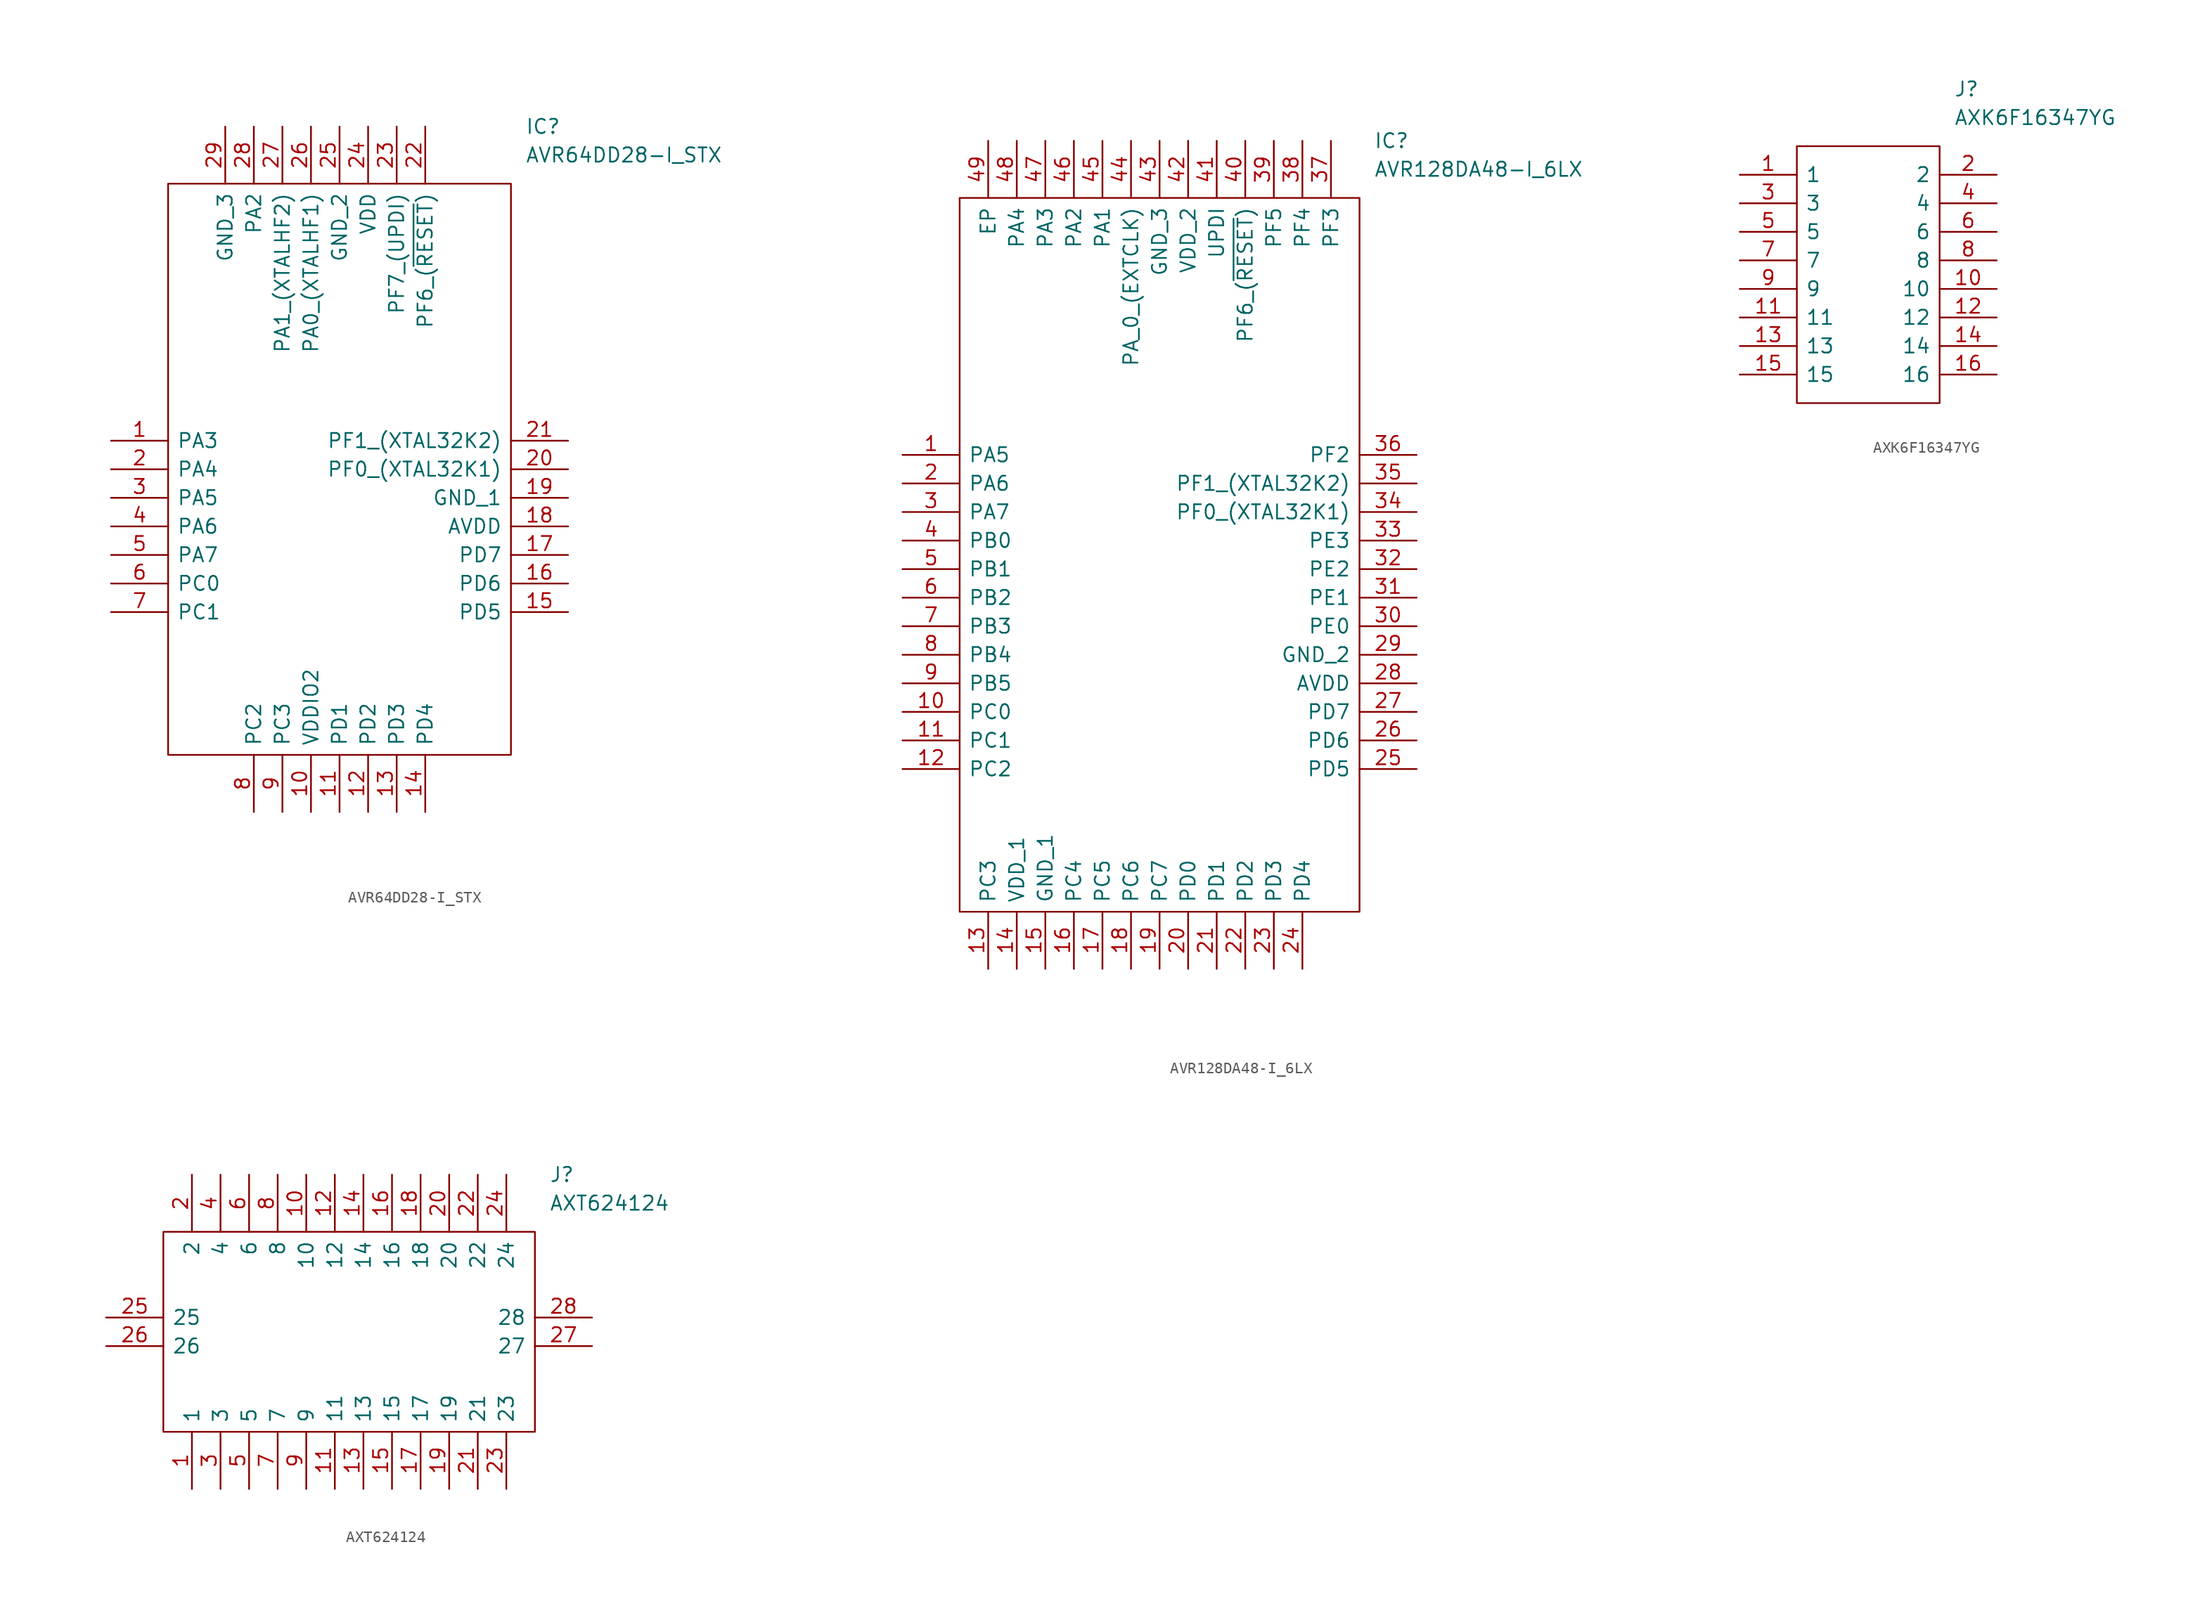
<source format=kicad_sym>
(kicad_symbol_lib
  (version 20241209)
  (generator "kicad_symbol_editor")
  (generator_version "9.0")
  (symbol "AVR64DD28-I_STX"
    (pin_names
      (offset 0.762))
    (property "Reference" "IC"
      (at 36.83 27.94 0)
      (effects (font (size 1.27 1.27)) (justify left)))
    (property "Value" "AVR64DD28-I_STX"
      (at 36.83 25.4 0)
      (effects (font (size 1.27 1.27)) (justify left)))
    (symbol "AVR64DD28-I_STX_0_0"
      (pin passive line (at 0 0 0) (length 5.08) (name "PA3" (effects (font (size 1.27 1.27)))) (number "1" (effects (font (size 1.27 1.27)))))
      (pin passive line (at 0 -2.54 0) (length 5.08) (name "PA4" (effects (font (size 1.27 1.27)))) (number "2" (effects (font (size 1.27 1.27)))))
      (pin passive line (at 0 -5.08 0) (length 5.08) (name "PA5" (effects (font (size 1.27 1.27)))) (number "3" (effects (font (size 1.27 1.27)))))
      (pin passive line (at 0 -7.62 0) (length 5.08) (name "PA6" (effects (font (size 1.27 1.27)))) (number "4" (effects (font (size 1.27 1.27)))))
      (pin passive line (at 0 -10.16 0) (length 5.08) (name "PA7" (effects (font (size 1.27 1.27)))) (number "5" (effects (font (size 1.27 1.27)))))
      (pin passive line (at 0 -12.7 0) (length 5.08) (name "PC0" (effects (font (size 1.27 1.27)))) (number "6" (effects (font (size 1.27 1.27)))))
      (pin passive line (at 0 -15.24 0) (length 5.08) (name "PC1" (effects (font (size 1.27 1.27)))) (number "7" (effects (font (size 1.27 1.27)))))
      (pin passive line (at 10.16 27.94 270) (length 5.08) (name "GND_3" (effects (font (size 1.27 1.27)))) (number "29" (effects (font (size 1.27 1.27)))))
      (pin passive line (at 12.7 27.94 270) (length 5.08) (name "PA2" (effects (font (size 1.27 1.27)))) (number "28" (effects (font (size 1.27 1.27)))))
      (pin passive line (at 12.7 -33.02 90) (length 5.08) (name "PC2" (effects (font (size 1.27 1.27)))) (number "8" (effects (font (size 1.27 1.27)))))
      (pin passive line (at 15.24 27.94 270) (length 5.08) (name "PA1_(XTALHF2)" (effects (font (size 1.27 1.27)))) (number "27" (effects (font (size 1.27 1.27)))))
      (pin passive line (at 15.24 -33.02 90) (length 5.08) (name "PC3" (effects (font (size 1.27 1.27)))) (number "9" (effects (font (size 1.27 1.27)))))
      (pin passive line (at 17.78 27.94 270) (length 5.08) (name "PA0_(XTALHF1)" (effects (font (size 1.27 1.27)))) (number "26" (effects (font (size 1.27 1.27)))))
      (pin passive line (at 17.78 -33.02 90) (length 5.08) (name "VDDIO2" (effects (font (size 1.27 1.27)))) (number "10" (effects (font (size 1.27 1.27)))))
      (pin passive line (at 20.32 27.94 270) (length 5.08) (name "GND_2" (effects (font (size 1.27 1.27)))) (number "25" (effects (font (size 1.27 1.27)))))
      (pin passive line (at 20.32 -33.02 90) (length 5.08) (name "PD1" (effects (font (size 1.27 1.27)))) (number "11" (effects (font (size 1.27 1.27)))))
      (pin passive line (at 22.86 27.94 270) (length 5.08) (name "VDD" (effects (font (size 1.27 1.27)))) (number "24" (effects (font (size 1.27 1.27)))))
      (pin passive line (at 22.86 -33.02 90) (length 5.08) (name "PD2" (effects (font (size 1.27 1.27)))) (number "12" (effects (font (size 1.27 1.27)))))
      (pin passive line (at 25.4 27.94 270) (length 5.08) (name "PF7_(UPDI)" (effects (font (size 1.27 1.27)))) (number "23" (effects (font (size 1.27 1.27)))))
      (pin passive line (at 25.4 -33.02 90) (length 5.08) (name "PD3" (effects (font (size 1.27 1.27)))) (number "13" (effects (font (size 1.27 1.27)))))
      (pin passive line (at 27.94 27.94 270) (length 5.08) (name "PF6_(~{RESET})" (effects (font (size 1.27 1.27)))) (number "22" (effects (font (size 1.27 1.27)))))
      (pin passive line (at 27.94 -33.02 90) (length 5.08) (name "PD4" (effects (font (size 1.27 1.27)))) (number "14" (effects (font (size 1.27 1.27)))))
      (pin passive line (at 40.64 0 180) (length 5.08) (name "PF1_(XTAL32K2)" (effects (font (size 1.27 1.27)))) (number "21" (effects (font (size 1.27 1.27)))))
      (pin passive line (at 40.64 -2.54 180) (length 5.08) (name "PF0_(XTAL32K1)" (effects (font (size 1.27 1.27)))) (number "20" (effects (font (size 1.27 1.27)))))
      (pin passive line (at 40.64 -5.08 180) (length 5.08) (name "GND_1" (effects (font (size 1.27 1.27)))) (number "19" (effects (font (size 1.27 1.27)))))
      (pin passive line (at 40.64 -7.62 180) (length 5.08) (name "AVDD" (effects (font (size 1.27 1.27)))) (number "18" (effects (font (size 1.27 1.27)))))
      (pin passive line (at 40.64 -10.16 180) (length 5.08) (name "PD7" (effects (font (size 1.27 1.27)))) (number "17" (effects (font (size 1.27 1.27)))))
      (pin passive line (at 40.64 -12.7 180) (length 5.08) (name "PD6" (effects (font (size 1.27 1.27)))) (number "16" (effects (font (size 1.27 1.27)))))
      (pin passive line (at 40.64 -15.24 180) (length 5.08) (name "PD5" (effects (font (size 1.27 1.27)))) (number "15" (effects (font (size 1.27 1.27))))))
    (symbol "AVR64DD28-I_STX_0_1"
      (polyline (pts (xy 5.08 22.86) (xy 35.56 22.86) (xy 35.56 -27.94) (xy 5.08 -27.94) (xy 5.08 22.86)) (stroke (width 0.152) (type solid)) (fill (type none)))))
  (symbol "AVR128DA48-I_6LX"
    (pin_names
      (offset 0.762))
    (property "Reference" "IC"
      (at 41.91 27.94 0)
      (effects (font (size 1.27 1.27)) (justify left)))
    (property "Value" "AVR128DA48-I_6LX"
      (at 41.91 25.4 0)
      (effects (font (size 1.27 1.27)) (justify left)))
    (symbol "AVR128DA48-I_6LX_0_0"
      (pin passive line (at 0 0 0) (length 5.08) (name "PA5" (effects (font (size 1.27 1.27)))) (number "1" (effects (font (size 1.27 1.27)))))
      (pin passive line (at 0 -2.54 0) (length 5.08) (name "PA6" (effects (font (size 1.27 1.27)))) (number "2" (effects (font (size 1.27 1.27)))))
      (pin passive line (at 0 -5.08 0) (length 5.08) (name "PA7" (effects (font (size 1.27 1.27)))) (number "3" (effects (font (size 1.27 1.27)))))
      (pin passive line (at 0 -7.62 0) (length 5.08) (name "PB0" (effects (font (size 1.27 1.27)))) (number "4" (effects (font (size 1.27 1.27)))))
      (pin passive line (at 0 -10.16 0) (length 5.08) (name "PB1" (effects (font (size 1.27 1.27)))) (number "5" (effects (font (size 1.27 1.27)))))
      (pin passive line (at 0 -12.7 0) (length 5.08) (name "PB2" (effects (font (size 1.27 1.27)))) (number "6" (effects (font (size 1.27 1.27)))))
      (pin passive line (at 0 -15.24 0) (length 5.08) (name "PB3" (effects (font (size 1.27 1.27)))) (number "7" (effects (font (size 1.27 1.27)))))
      (pin passive line (at 0 -17.78 0) (length 5.08) (name "PB4" (effects (font (size 1.27 1.27)))) (number "8" (effects (font (size 1.27 1.27)))))
      (pin passive line (at 0 -20.32 0) (length 5.08) (name "PB5" (effects (font (size 1.27 1.27)))) (number "9" (effects (font (size 1.27 1.27)))))
      (pin passive line (at 0 -22.86 0) (length 5.08) (name "PC0" (effects (font (size 1.27 1.27)))) (number "10" (effects (font (size 1.27 1.27)))))
      (pin passive line (at 0 -25.4 0) (length 5.08) (name "PC1" (effects (font (size 1.27 1.27)))) (number "11" (effects (font (size 1.27 1.27)))))
      (pin passive line (at 0 -27.94 0) (length 5.08) (name "PC2" (effects (font (size 1.27 1.27)))) (number "12" (effects (font (size 1.27 1.27)))))
      (pin passive line (at 7.62 27.94 270) (length 5.08) (name "EP" (effects (font (size 1.27 1.27)))) (number "49" (effects (font (size 1.27 1.27)))))
      (pin passive line (at 7.62 -45.72 90) (length 5.08) (name "PC3" (effects (font (size 1.27 1.27)))) (number "13" (effects (font (size 1.27 1.27)))))
      (pin passive line (at 10.16 27.94 270) (length 5.08) (name "PA4" (effects (font (size 1.27 1.27)))) (number "48" (effects (font (size 1.27 1.27)))))
      (pin passive line (at 10.16 -45.72 90) (length 5.08) (name "VDD_1" (effects (font (size 1.27 1.27)))) (number "14" (effects (font (size 1.27 1.27)))))
      (pin passive line (at 12.7 27.94 270) (length 5.08) (name "PA3" (effects (font (size 1.27 1.27)))) (number "47" (effects (font (size 1.27 1.27)))))
      (pin passive line (at 12.7 -45.72 90) (length 5.08) (name "GND_1" (effects (font (size 1.27 1.27)))) (number "15" (effects (font (size 1.27 1.27)))))
      (pin passive line (at 15.24 27.94 270) (length 5.08) (name "PA2" (effects (font (size 1.27 1.27)))) (number "46" (effects (font (size 1.27 1.27)))))
      (pin passive line (at 15.24 -45.72 90) (length 5.08) (name "PC4" (effects (font (size 1.27 1.27)))) (number "16" (effects (font (size 1.27 1.27)))))
      (pin passive line (at 17.78 27.94 270) (length 5.08) (name "PA1" (effects (font (size 1.27 1.27)))) (number "45" (effects (font (size 1.27 1.27)))))
      (pin passive line (at 17.78 -45.72 90) (length 5.08) (name "PC5" (effects (font (size 1.27 1.27)))) (number "17" (effects (font (size 1.27 1.27)))))
      (pin passive line (at 20.32 27.94 270) (length 5.08) (name "PA_0_(EXTCLK)" (effects (font (size 1.27 1.27)))) (number "44" (effects (font (size 1.27 1.27)))))
      (pin passive line (at 20.32 -45.72 90) (length 5.08) (name "PC6" (effects (font (size 1.27 1.27)))) (number "18" (effects (font (size 1.27 1.27)))))
      (pin passive line (at 22.86 27.94 270) (length 5.08) (name "GND_3" (effects (font (size 1.27 1.27)))) (number "43" (effects (font (size 1.27 1.27)))))
      (pin passive line (at 22.86 -45.72 90) (length 5.08) (name "PC7" (effects (font (size 1.27 1.27)))) (number "19" (effects (font (size 1.27 1.27)))))
      (pin passive line (at 25.4 27.94 270) (length 5.08) (name "VDD_2" (effects (font (size 1.27 1.27)))) (number "42" (effects (font (size 1.27 1.27)))))
      (pin passive line (at 25.4 -45.72 90) (length 5.08) (name "PD0" (effects (font (size 1.27 1.27)))) (number "20" (effects (font (size 1.27 1.27)))))
      (pin passive line (at 27.94 27.94 270) (length 5.08) (name "UPDI" (effects (font (size 1.27 1.27)))) (number "41" (effects (font (size 1.27 1.27)))))
      (pin passive line (at 27.94 -45.72 90) (length 5.08) (name "PD1" (effects (font (size 1.27 1.27)))) (number "21" (effects (font (size 1.27 1.27)))))
      (pin passive line (at 30.48 27.94 270) (length 5.08) (name "PF6_(~{RESET})" (effects (font (size 1.27 1.27)))) (number "40" (effects (font (size 1.27 1.27)))))
      (pin passive line (at 30.48 -45.72 90) (length 5.08) (name "PD2" (effects (font (size 1.27 1.27)))) (number "22" (effects (font (size 1.27 1.27)))))
      (pin passive line (at 33.02 27.94 270) (length 5.08) (name "PF5" (effects (font (size 1.27 1.27)))) (number "39" (effects (font (size 1.27 1.27)))))
      (pin passive line (at 33.02 -45.72 90) (length 5.08) (name "PD3" (effects (font (size 1.27 1.27)))) (number "23" (effects (font (size 1.27 1.27)))))
      (pin passive line (at 35.56 27.94 270) (length 5.08) (name "PF4" (effects (font (size 1.27 1.27)))) (number "38" (effects (font (size 1.27 1.27)))))
      (pin passive line (at 35.56 -45.72 90) (length 5.08) (name "PD4" (effects (font (size 1.27 1.27)))) (number "24" (effects (font (size 1.27 1.27)))))
      (pin passive line (at 38.1 27.94 270) (length 5.08) (name "PF3" (effects (font (size 1.27 1.27)))) (number "37" (effects (font (size 1.27 1.27)))))
      (pin passive line (at 45.72 0 180) (length 5.08) (name "PF2" (effects (font (size 1.27 1.27)))) (number "36" (effects (font (size 1.27 1.27)))))
      (pin passive line (at 45.72 -2.54 180) (length 5.08) (name "PF1_(XTAL32K2)" (effects (font (size 1.27 1.27)))) (number "35" (effects (font (size 1.27 1.27)))))
      (pin passive line (at 45.72 -5.08 180) (length 5.08) (name "PF0_(XTAL32K1)" (effects (font (size 1.27 1.27)))) (number "34" (effects (font (size 1.27 1.27)))))
      (pin passive line (at 45.72 -7.62 180) (length 5.08) (name "PE3" (effects (font (size 1.27 1.27)))) (number "33" (effects (font (size 1.27 1.27)))))
      (pin passive line (at 45.72 -10.16 180) (length 5.08) (name "PE2" (effects (font (size 1.27 1.27)))) (number "32" (effects (font (size 1.27 1.27)))))
      (pin passive line (at 45.72 -12.7 180) (length 5.08) (name "PE1" (effects (font (size 1.27 1.27)))) (number "31" (effects (font (size 1.27 1.27)))))
      (pin passive line (at 45.72 -15.24 180) (length 5.08) (name "PE0" (effects (font (size 1.27 1.27)))) (number "30" (effects (font (size 1.27 1.27)))))
      (pin passive line (at 45.72 -17.78 180) (length 5.08) (name "GND_2" (effects (font (size 1.27 1.27)))) (number "29" (effects (font (size 1.27 1.27)))))
      (pin passive line (at 45.72 -20.32 180) (length 5.08) (name "AVDD" (effects (font (size 1.27 1.27)))) (number "28" (effects (font (size 1.27 1.27)))))
      (pin passive line (at 45.72 -22.86 180) (length 5.08) (name "PD7" (effects (font (size 1.27 1.27)))) (number "27" (effects (font (size 1.27 1.27)))))
      (pin passive line (at 45.72 -25.4 180) (length 5.08) (name "PD6" (effects (font (size 1.27 1.27)))) (number "26" (effects (font (size 1.27 1.27)))))
      (pin passive line (at 45.72 -27.94 180) (length 5.08) (name "PD5" (effects (font (size 1.27 1.27)))) (number "25" (effects (font (size 1.27 1.27))))))
    (symbol "AVR128DA48-I_6LX_0_1"
      (polyline (pts (xy 5.08 22.86) (xy 40.64 22.86) (xy 40.64 -40.64) (xy 5.08 -40.64) (xy 5.08 22.86)) (stroke (width 0.152) (type solid)) (fill (type none)))))
  (symbol "AXK6F16347YG"
    (pin_names
      (offset 0.762))
    (property "Reference" "J"
      (at 19.05 7.62 0)
      (effects (font (size 1.27 1.27)) (justify left)))
    (property "Value" "AXK6F16347YG"
      (at 19.05 5.08 0)
      (effects (font (size 1.27 1.27)) (justify left)))
    (symbol "AXK6F16347YG_0_0"
      (pin passive line (at 0 0 0) (length 5.08) (name "1" (effects (font (size 1.27 1.27)))) (number "1" (effects (font (size 1.27 1.27)))))
      (pin passive line (at 0 -2.54 0) (length 5.08) (name "3" (effects (font (size 1.27 1.27)))) (number "3" (effects (font (size 1.27 1.27)))))
      (pin passive line (at 0 -5.08 0) (length 5.08) (name "5" (effects (font (size 1.27 1.27)))) (number "5" (effects (font (size 1.27 1.27)))))
      (pin passive line (at 0 -7.62 0) (length 5.08) (name "7" (effects (font (size 1.27 1.27)))) (number "7" (effects (font (size 1.27 1.27)))))
      (pin passive line (at 0 -10.16 0) (length 5.08) (name "9" (effects (font (size 1.27 1.27)))) (number "9" (effects (font (size 1.27 1.27)))))
      (pin passive line (at 0 -12.7 0) (length 5.08) (name "11" (effects (font (size 1.27 1.27)))) (number "11" (effects (font (size 1.27 1.27)))))
      (pin passive line (at 0 -15.24 0) (length 5.08) (name "13" (effects (font (size 1.27 1.27)))) (number "13" (effects (font (size 1.27 1.27)))))
      (pin passive line (at 0 -17.78 0) (length 5.08) (name "15" (effects (font (size 1.27 1.27)))) (number "15" (effects (font (size 1.27 1.27)))))
      (pin passive line (at 22.86 0 180) (length 5.08) (name "2" (effects (font (size 1.27 1.27)))) (number "2" (effects (font (size 1.27 1.27)))))
      (pin passive line (at 22.86 -2.54 180) (length 5.08) (name "4" (effects (font (size 1.27 1.27)))) (number "4" (effects (font (size 1.27 1.27)))))
      (pin passive line (at 22.86 -5.08 180) (length 5.08) (name "6" (effects (font (size 1.27 1.27)))) (number "6" (effects (font (size 1.27 1.27)))))
      (pin passive line (at 22.86 -7.62 180) (length 5.08) (name "8" (effects (font (size 1.27 1.27)))) (number "8" (effects (font (size 1.27 1.27)))))
      (pin passive line (at 22.86 -10.16 180) (length 5.08) (name "10" (effects (font (size 1.27 1.27)))) (number "10" (effects (font (size 1.27 1.27)))))
      (pin passive line (at 22.86 -12.7 180) (length 5.08) (name "12" (effects (font (size 1.27 1.27)))) (number "12" (effects (font (size 1.27 1.27)))))
      (pin passive line (at 22.86 -15.24 180) (length 5.08) (name "14" (effects (font (size 1.27 1.27)))) (number "14" (effects (font (size 1.27 1.27)))))
      (pin passive line (at 22.86 -17.78 180) (length 5.08) (name "16" (effects (font (size 1.27 1.27)))) (number "16" (effects (font (size 1.27 1.27))))))
    (symbol "AXK6F16347YG_0_1"
      (polyline (pts (xy 5.08 2.54) (xy 17.78 2.54) (xy 17.78 -20.32) (xy 5.08 -20.32) (xy 5.08 2.54)) (stroke (width 0.152) (type solid)) (fill (type none)))))
  (symbol "AXT624124"
    (pin_names
      (offset 0.762))
    (property "Reference" "J"
      (at 39.37 12.7 0)
      (effects (font (size 1.27 1.27)) (justify left)))
    (property "Value" "AXT624124"
      (at 39.37 10.16 0)
      (effects (font (size 1.27 1.27)) (justify left)))
    (symbol "AXT624124_0_0"
      (pin passive line (at 0 0 0) (length 5.08) (name "25" (effects (font (size 1.27 1.27)))) (number "25" (effects (font (size 1.27 1.27)))))
      (pin passive line (at 0 -2.54 0) (length 5.08) (name "26" (effects (font (size 1.27 1.27)))) (number "26" (effects (font (size 1.27 1.27)))))
      (pin passive line (at 7.62 12.7 270) (length 5.08) (name "2" (effects (font (size 1.27 1.27)))) (number "2" (effects (font (size 1.27 1.27)))))
      (pin passive line (at 7.62 -15.24 90) (length 5.08) (name "1" (effects (font (size 1.27 1.27)))) (number "1" (effects (font (size 1.27 1.27)))))
      (pin passive line (at 10.16 12.7 270) (length 5.08) (name "4" (effects (font (size 1.27 1.27)))) (number "4" (effects (font (size 1.27 1.27)))))
      (pin passive line (at 10.16 -15.24 90) (length 5.08) (name "3" (effects (font (size 1.27 1.27)))) (number "3" (effects (font (size 1.27 1.27)))))
      (pin passive line (at 12.7 12.7 270) (length 5.08) (name "6" (effects (font (size 1.27 1.27)))) (number "6" (effects (font (size 1.27 1.27)))))
      (pin passive line (at 12.7 -15.24 90) (length 5.08) (name "5" (effects (font (size 1.27 1.27)))) (number "5" (effects (font (size 1.27 1.27)))))
      (pin passive line (at 15.24 12.7 270) (length 5.08) (name "8" (effects (font (size 1.27 1.27)))) (number "8" (effects (font (size 1.27 1.27)))))
      (pin passive line (at 15.24 -15.24 90) (length 5.08) (name "7" (effects (font (size 1.27 1.27)))) (number "7" (effects (font (size 1.27 1.27)))))
      (pin passive line (at 17.78 12.7 270) (length 5.08) (name "10" (effects (font (size 1.27 1.27)))) (number "10" (effects (font (size 1.27 1.27)))))
      (pin passive line (at 17.78 -15.24 90) (length 5.08) (name "9" (effects (font (size 1.27 1.27)))) (number "9" (effects (font (size 1.27 1.27)))))
      (pin passive line (at 20.32 12.7 270) (length 5.08) (name "12" (effects (font (size 1.27 1.27)))) (number "12" (effects (font (size 1.27 1.27)))))
      (pin passive line (at 20.32 -15.24 90) (length 5.08) (name "11" (effects (font (size 1.27 1.27)))) (number "11" (effects (font (size 1.27 1.27)))))
      (pin passive line (at 22.86 12.7 270) (length 5.08) (name "14" (effects (font (size 1.27 1.27)))) (number "14" (effects (font (size 1.27 1.27)))))
      (pin passive line (at 22.86 -15.24 90) (length 5.08) (name "13" (effects (font (size 1.27 1.27)))) (number "13" (effects (font (size 1.27 1.27)))))
      (pin passive line (at 25.4 12.7 270) (length 5.08) (name "16" (effects (font (size 1.27 1.27)))) (number "16" (effects (font (size 1.27 1.27)))))
      (pin passive line (at 25.4 -15.24 90) (length 5.08) (name "15" (effects (font (size 1.27 1.27)))) (number "15" (effects (font (size 1.27 1.27)))))
      (pin passive line (at 27.94 12.7 270) (length 5.08) (name "18" (effects (font (size 1.27 1.27)))) (number "18" (effects (font (size 1.27 1.27)))))
      (pin passive line (at 27.94 -15.24 90) (length 5.08) (name "17" (effects (font (size 1.27 1.27)))) (number "17" (effects (font (size 1.27 1.27)))))
      (pin passive line (at 30.48 12.7 270) (length 5.08) (name "20" (effects (font (size 1.27 1.27)))) (number "20" (effects (font (size 1.27 1.27)))))
      (pin passive line (at 30.48 -15.24 90) (length 5.08) (name "19" (effects (font (size 1.27 1.27)))) (number "19" (effects (font (size 1.27 1.27)))))
      (pin passive line (at 33.02 12.7 270) (length 5.08) (name "22" (effects (font (size 1.27 1.27)))) (number "22" (effects (font (size 1.27 1.27)))))
      (pin passive line (at 33.02 -15.24 90) (length 5.08) (name "21" (effects (font (size 1.27 1.27)))) (number "21" (effects (font (size 1.27 1.27)))))
      (pin passive line (at 35.56 12.7 270) (length 5.08) (name "24" (effects (font (size 1.27 1.27)))) (number "24" (effects (font (size 1.27 1.27)))))
      (pin passive line (at 35.56 -15.24 90) (length 5.08) (name "23" (effects (font (size 1.27 1.27)))) (number "23" (effects (font (size 1.27 1.27)))))
      (pin passive line (at 43.18 0 180) (length 5.08) (name "28" (effects (font (size 1.27 1.27)))) (number "28" (effects (font (size 1.27 1.27)))))
      (pin passive line (at 43.18 -2.54 180) (length 5.08) (name "27" (effects (font (size 1.27 1.27)))) (number "27" (effects (font (size 1.27 1.27))))))
    (symbol "AXT624124_0_1"
      (polyline (pts (xy 5.08 7.62) (xy 38.1 7.62) (xy 38.1 -10.16) (xy 5.08 -10.16) (xy 5.08 7.62)) (stroke (width 0.152) (type solid)) (fill (type none))))))
</source>
